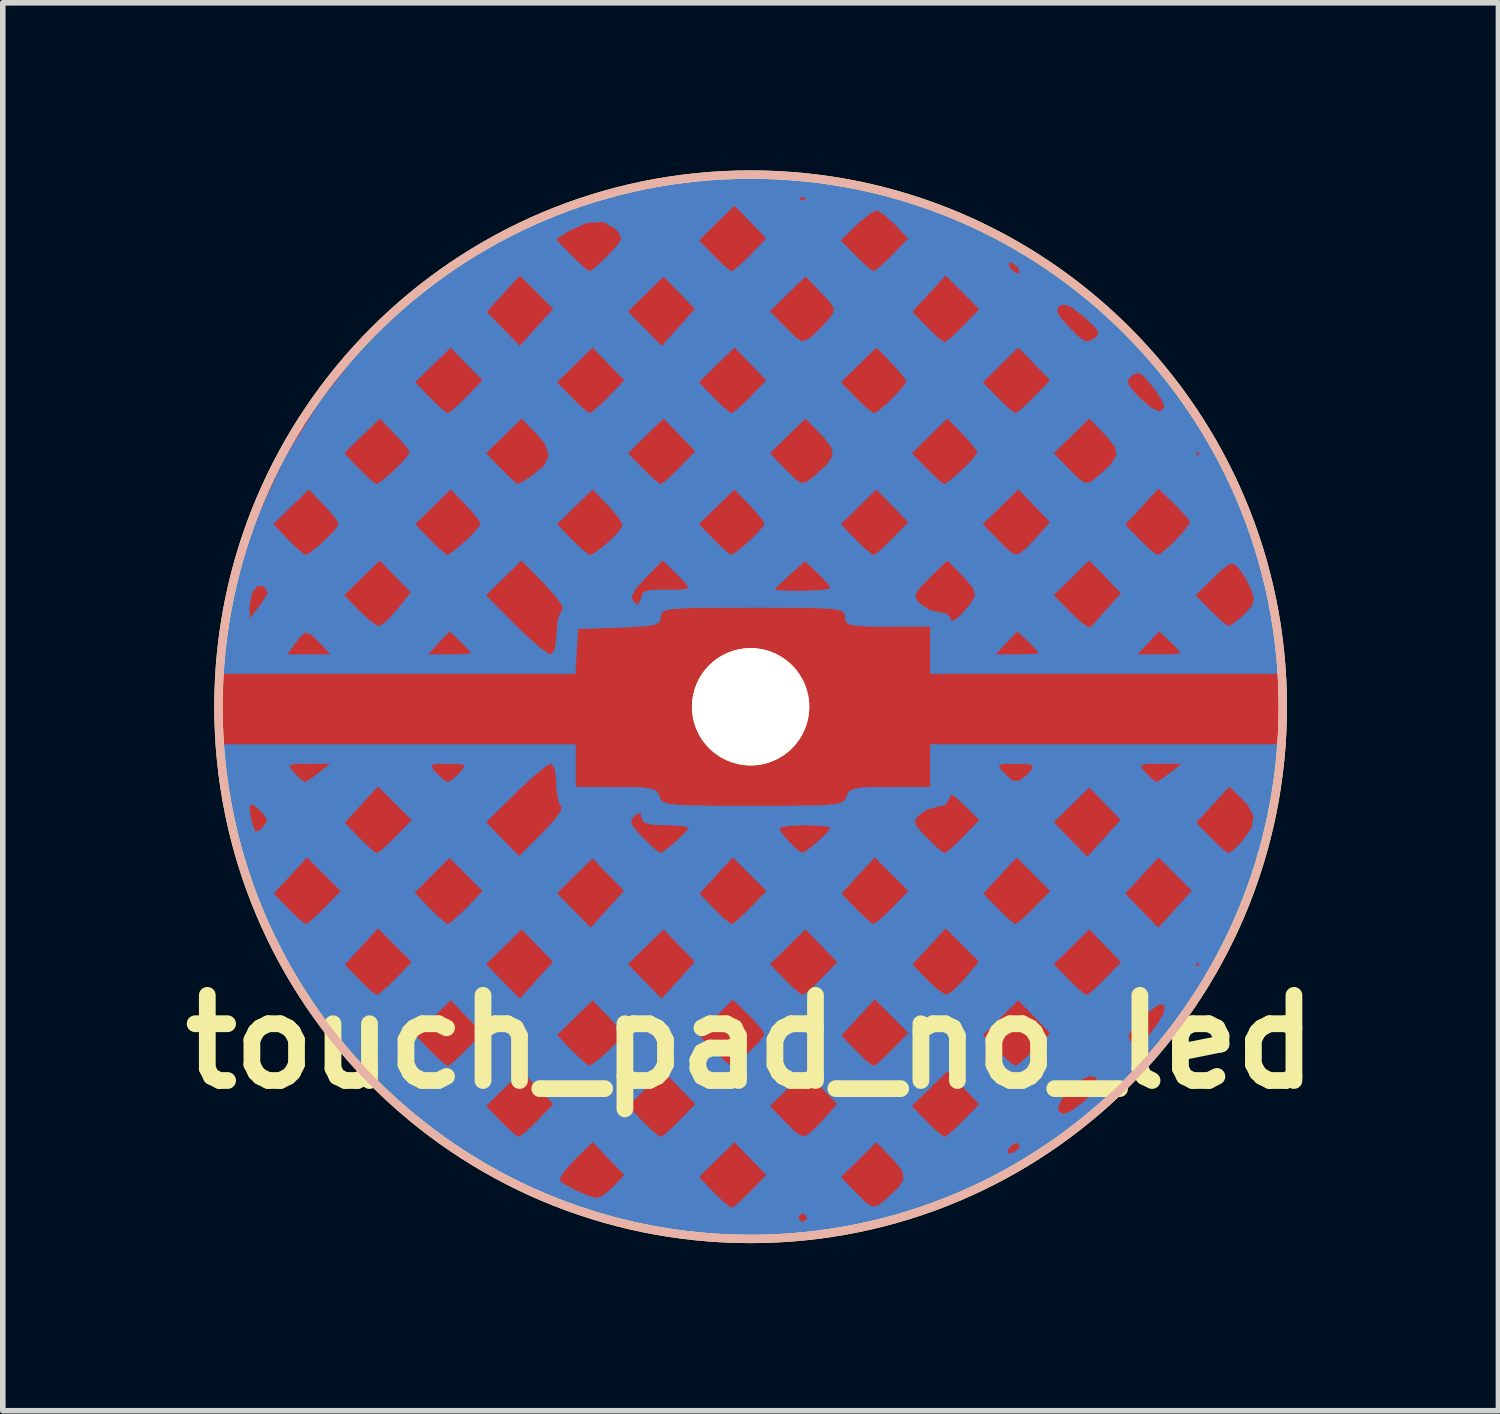
<source format=kicad_pcb>
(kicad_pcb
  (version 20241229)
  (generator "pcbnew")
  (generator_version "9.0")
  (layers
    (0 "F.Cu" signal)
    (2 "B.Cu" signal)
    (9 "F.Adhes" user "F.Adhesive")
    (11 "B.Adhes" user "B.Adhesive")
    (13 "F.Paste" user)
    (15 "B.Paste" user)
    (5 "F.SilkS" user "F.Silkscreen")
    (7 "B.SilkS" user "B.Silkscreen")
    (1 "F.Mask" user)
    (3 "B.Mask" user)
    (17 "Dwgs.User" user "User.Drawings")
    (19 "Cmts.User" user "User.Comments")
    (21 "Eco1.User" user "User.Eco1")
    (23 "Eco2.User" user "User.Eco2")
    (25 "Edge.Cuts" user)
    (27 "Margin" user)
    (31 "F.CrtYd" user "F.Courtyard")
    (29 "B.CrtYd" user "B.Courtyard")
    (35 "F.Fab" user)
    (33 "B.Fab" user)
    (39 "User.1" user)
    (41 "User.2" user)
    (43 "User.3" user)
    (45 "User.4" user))
  (footprint "touch_pad_no_led"
    (layer "F.Cu")
    (at 10.385 9.6)
    (property "Reference" "touch_pad_no_led" (at 0 6 0) (layer "F.SilkS") (effects (font (size 1.524 1.524) (thickness 0.3))))
    (attr through_hole)
    (fp_poly (pts (xy 9.513 1.079) (xy 9.274 2.333) (xy 8.89 3.515) (xy 8.372 4.616) (xy 7.729 5.628) (xy 6.974 6.544) (xy 6.115 7.354) (xy 5.165 8.051) (xy 4.134 8.625) (xy 3.032 9.07) (xy 1.87 9.376) (xy 0.66 9.535) (xy -0.59 9.539) (xy -1.274 9.474) (xy -2.435 9.24) (xy -2.714 9.144) (xy 0.847 9.144) (xy 0.911 9.226) (xy 0.931 9.229) (xy 1.014 9.164) (xy 1.016 9.144) (xy 0.952 9.062) (xy 0.931 9.059) (xy 0.849 9.124) (xy 0.847 9.144) (xy -2.714 9.144) (xy -3.561 8.851) (xy -4.304 8.483) (xy -3.419 8.483) (xy -3.313 8.564) (xy -3.118 8.666) (xy -2.906 8.756) (xy -2.746 8.798) (xy -2.745 8.798) (xy -2.631 8.747) (xy -2.472 8.611) (xy -2.454 8.593) (xy -2.289 8.416) (xy -0.931 8.416) (xy -0.661 8.695) (xy -0.489 8.862) (xy -0.366 8.962) (xy -0.339 8.975) (xy -0.255 8.919) (xy -0.099 8.777) (xy 0 8.678) (xy 0.254 8.416) (xy 1.609 8.416) (xy 1.879 8.695) (xy 2.063 8.879) (xy 2.18 8.953) (xy 2.28 8.931) (xy 2.416 8.825) (xy 2.417 8.825) (xy 2.647 8.612) (xy 2.745 8.452) (xy 2.717 8.301) (xy 2.569 8.116) (xy 2.536 8.082) (xy 2.402 7.943) (xy 4.591 7.943) (xy 4.618 8.007) (xy 4.692 7.992) (xy 4.808 7.905) (xy 4.826 7.858) (xy 4.776 7.802) (xy 4.675 7.837) (xy 4.594 7.936) (xy 4.591 7.943) (xy 2.402 7.943) (xy 2.252 7.788) (xy 1.609 8.416) (xy 0.254 8.416) (xy 0.287 8.382) (xy -0.288 7.788) (xy -0.931 8.416) (xy -2.289 8.416) (xy -2.255 8.38) (xy -2.541 8.084) (xy -2.828 7.788) (xy -3.146 8.099) (xy -3.317 8.286) (xy -3.412 8.431) (xy -3.419 8.483) (xy -4.304 8.483) (xy -4.634 8.319) (xy -5.638 7.657) (xy -6.24 7.146) (xy -4.741 7.146) (xy -4.471 7.425) (xy -4.299 7.592) (xy -4.176 7.692) (xy -4.149 7.705) (xy -4.065 7.649) (xy -3.909 7.507) (xy -3.81 7.408) (xy -3.556 7.146) (xy -2.201 7.146) (xy -1.931 7.425) (xy -1.759 7.592) (xy -1.636 7.692) (xy -1.609 7.705) (xy -1.525 7.649) (xy -1.369 7.507) (xy -1.27 7.408) (xy -1.016 7.146) (xy 0.339 7.146) (xy 0.609 7.425) (xy 0.794 7.608) (xy 0.907 7.687) (xy 0.993 7.681) (xy 1.058 7.639) (xy 1.168 7.537) (xy 1.326 7.369) (xy 1.349 7.343) (xy 1.523 7.146) (xy 2.879 7.146) (xy 3.149 7.425) (xy 3.321 7.592) (xy 3.444 7.692) (xy 3.471 7.705) (xy 3.555 7.649) (xy 3.711 7.507) (xy 3.81 7.408) (xy 4.034 7.178) (xy 5.497 7.178) (xy 5.514 7.251) (xy 5.598 7.296) (xy 5.729 7.246) (xy 5.935 7.095) (xy 6.125 6.933) (xy 6.244 6.812) (xy 6.265 6.776) (xy 6.213 6.677) (xy 6.163 6.621) (xy 6.047 6.608) (xy 5.881 6.697) (xy 5.706 6.849) (xy 5.564 7.022) (xy 5.497 7.178) (xy 4.034 7.178) (xy 4.097 7.112) (xy 3.522 6.518) (xy 2.879 7.146) (xy 1.523 7.146) (xy 1.555 7.11) (xy 1.269 6.814) (xy 0.982 6.518) (xy 0.339 7.146) (xy -1.016 7.146) (xy -0.983 7.112) (xy -1.558 6.518) (xy -2.201 7.146) (xy -3.556 7.146) (xy -3.523 7.112) (xy -4.098 6.518) (xy -4.741 7.146) (xy -6.24 7.146) (xy -6.556 6.878) (xy -7.372 5.994) (xy -7.456 5.876) (xy -6.011 5.876) (xy -5.741 6.155) (xy -5.569 6.322) (xy -5.446 6.422) (xy -5.419 6.435) (xy -5.335 6.379) (xy -5.179 6.237) (xy -5.08 6.138) (xy -4.826 5.876) (xy -3.471 5.876) (xy -3.201 6.155) (xy -3.03 6.321) (xy -2.91 6.42) (xy -2.883 6.432) (xy -2.798 6.379) (xy -2.637 6.247) (xy -2.561 6.179) (xy -2.394 6.014) (xy -2.296 5.894) (xy -2.286 5.868) (xy -2.29 5.862) (xy -0.945 5.862) (xy -0.668 6.148) (xy -0.495 6.317) (xy -0.372 6.418) (xy -0.343 6.432) (xy -0.258 6.379) (xy -0.097 6.247) (xy -0.021 6.179) (xy 0.147 6.012) (xy 0.244 5.887) (xy 0.245 5.884) (xy 1.619 5.884) (xy 1.885 6.16) (xy 2.054 6.325) (xy 2.175 6.423) (xy 2.201 6.435) (xy 2.285 6.379) (xy 2.441 6.237) (xy 2.542 6.137) (xy 2.794 5.876) (xy 4.149 5.876) (xy 4.419 6.155) (xy 4.591 6.322) (xy 4.714 6.422) (xy 4.741 6.435) (xy 4.825 6.379) (xy 4.981 6.237) (xy 5.08 6.138) (xy 5.317 5.893) (xy 6.758 5.893) (xy 6.786 5.984) (xy 6.896 6.083) (xy 6.994 6.05) (xy 7.084 5.948) (xy 7.298 5.662) (xy 7.405 5.471) (xy 7.416 5.35) (xy 7.406 5.33) (xy 7.312 5.323) (xy 7.13 5.451) (xy 7.02 5.553) (xy 6.829 5.758) (xy 6.758 5.893) (xy 5.317 5.893) (xy 5.367 5.842) (xy 4.792 5.248) (xy 4.149 5.876) (xy 2.794 5.876) (xy 2.83 5.839) (xy 2.221 5.23) (xy 1.92 5.557) (xy 1.619 5.884) (xy 0.245 5.884) (xy 0.254 5.86) (xy 0.198 5.765) (xy 0.056 5.602) (xy -0.032 5.513) (xy -0.319 5.235) (xy -0.632 5.548) (xy -0.945 5.862) (xy -2.29 5.862) (xy -2.34 5.776) (xy -2.477 5.614) (xy -2.557 5.528) (xy -2.828 5.248) (xy -3.471 5.876) (xy -4.826 5.876) (xy -4.793 5.842) (xy -5.368 5.248) (xy -6.011 5.876) (xy -7.456 5.876) (xy -8.068 5.019) (xy -8.284 4.614) (xy -7.271 4.614) (xy -7.005 4.889) (xy -6.836 5.055) (xy -6.715 5.153) (xy -6.689 5.165) (xy -6.605 5.109) (xy -6.449 4.967) (xy -6.348 4.867) (xy -6.096 4.607) (xy -4.742 4.607) (xy -4.437 4.919) (xy -4.132 5.231) (xy -3.831 4.898) (xy -3.568 4.607) (xy -2.202 4.607) (xy -1.897 4.919) (xy -1.592 5.231) (xy -1.291 4.898) (xy -1.027 4.606) (xy 0.339 4.606) (xy 0.609 4.885) (xy 0.781 5.052) (xy 0.904 5.152) (xy 0.931 5.165) (xy 1.015 5.109) (xy 1.171 4.967) (xy 1.27 4.868) (xy 1.516 4.614) (xy 2.889 4.614) (xy 3.155 4.889) (xy 3.333 5.054) (xy 3.474 5.149) (xy 3.509 5.159) (xy 3.613 5.095) (xy 3.771 4.94) (xy 3.845 4.856) (xy 4.053 4.606) (xy 5.419 4.606) (xy 5.689 4.885) (xy 5.861 5.052) (xy 5.984 5.152) (xy 6.011 5.165) (xy 6.095 5.109) (xy 6.251 4.967) (xy 6.35 4.868) (xy 6.596 4.614) (xy 7.959 4.614) (xy 8.001 4.657) (xy 8.043 4.614) (xy 8.001 4.572) (xy 7.959 4.614) (xy 6.596 4.614) (xy 6.637 4.572) (xy 6.062 3.978) (xy 5.419 4.606) (xy 4.053 4.606) (xy 4.091 4.56) (xy 3.491 3.96) (xy 3.19 4.287) (xy 2.889 4.614) (xy 1.516 4.614) (xy 1.557 4.572) (xy 0.982 3.978) (xy 0.339 4.606) (xy -1.027 4.606) (xy -0.99 4.565) (xy -1.558 3.978) (xy -1.88 4.293) (xy -2.202 4.607) (xy -3.568 4.607) (xy -3.53 4.565) (xy -4.098 3.978) (xy -4.42 4.293) (xy -4.742 4.607) (xy -6.096 4.607) (xy -6.06 4.569) (xy -6.669 3.96) (xy -6.97 4.287) (xy -7.271 4.614) (xy -8.284 4.614) (xy -8.63 3.965) (xy -8.72 3.756) (xy -8.873 3.344) (xy -8.541 3.344) (xy -8.275 3.619) (xy -8.106 3.785) (xy -7.985 3.883) (xy -7.959 3.895) (xy -7.875 3.839) (xy -7.719 3.697) (xy -7.618 3.597) (xy -7.357 3.327) (xy -6.02 3.327) (xy -5.745 3.611) (xy -5.572 3.779) (xy -5.448 3.881) (xy -5.419 3.895) (xy -5.335 3.839) (xy -5.179 3.697) (xy -5.078 3.597) (xy -4.826 3.337) (xy -3.472 3.337) (xy -3.167 3.649) (xy -2.862 3.961) (xy -2.561 3.628) (xy -2.305 3.344) (xy -0.921 3.344) (xy -0.655 3.619) (xy -0.486 3.785) (xy -0.365 3.883) (xy -0.339 3.895) (xy -0.255 3.839) (xy -0.099 3.697) (xy 0.002 3.597) (xy 0.246 3.344) (xy 1.619 3.344) (xy 1.885 3.619) (xy 2.054 3.785) (xy 2.175 3.883) (xy 2.201 3.895) (xy 2.285 3.839) (xy 2.441 3.697) (xy 2.542 3.597) (xy 2.786 3.344) (xy 4.159 3.344) (xy 4.425 3.619) (xy 4.594 3.785) (xy 4.715 3.883) (xy 4.741 3.895) (xy 4.825 3.839) (xy 4.981 3.697) (xy 5.082 3.597) (xy 5.326 3.344) (xy 6.699 3.344) (xy 6.998 3.653) (xy 7.298 3.961) (xy 7.601 3.626) (xy 7.903 3.292) (xy 7.301 2.69) (xy 6.699 3.344) (xy 5.326 3.344) (xy 5.37 3.299) (xy 4.761 2.69) (xy 4.46 3.017) (xy 4.159 3.344) (xy 2.786 3.344) (xy 2.83 3.299) (xy 2.221 2.69) (xy 1.92 3.017) (xy 1.619 3.344) (xy 0.246 3.344) (xy 0.29 3.299) (xy -0.319 2.69) (xy -0.62 3.017) (xy -0.921 3.344) (xy -2.305 3.344) (xy -2.26 3.295) (xy -2.828 2.708) (xy -3.15 3.023) (xy -3.472 3.337) (xy -4.826 3.337) (xy -4.79 3.299) (xy -5.09 2.998) (xy -5.39 2.698) (xy -5.705 3.013) (xy -6.02 3.327) (xy -7.357 3.327) (xy -7.33 3.299) (xy -7.939 2.69) (xy -8.24 3.017) (xy -8.541 3.344) (xy -8.873 3.344) (xy -8.903 3.264) (xy -9.082 2.694) (xy -9.24 2.106) (xy -9.313 1.775) (xy -8.974 1.775) (xy -8.955 1.956) (xy -8.92 2.102) (xy -8.868 2.237) (xy -8.795 2.223) (xy -8.733 2.165) (xy -8.664 2.074) (xy -7.271 2.074) (xy -7.005 2.349) (xy -6.836 2.515) (xy -6.715 2.613) (xy -6.689 2.625) (xy -6.605 2.569) (xy -6.449 2.427) (xy -6.348 2.327) (xy -6.098 2.068) (xy -4.74 2.068) (xy -4.442 2.374) (xy -4.143 2.68) (xy -3.716 2.252) (xy -3.52 2.041) (xy -3.513 2.031) (xy -2.144 2.031) (xy -2.12 2.128) (xy -1.99 2.284) (xy -1.934 2.342) (xy -1.763 2.509) (xy -1.641 2.609) (xy -1.613 2.622) (xy -1.525 2.57) (xy -1.367 2.444) (xy -1.333 2.414) (xy -1.181 2.269) (xy -1.105 2.175) (xy 0.508 2.175) (xy 0.561 2.272) (xy 0.684 2.419) (xy 0.822 2.555) (xy 0.919 2.621) (xy 0.925 2.622) (xy 1.015 2.57) (xy 1.173 2.444) (xy 1.206 2.414) (xy 1.359 2.269) (xy 1.437 2.172) (xy 1.439 2.163) (xy 1.363 2.138) (xy 1.165 2.121) (xy 0.974 2.117) (xy 0.719 2.126) (xy 0.549 2.151) (xy 0.508 2.175) (xy -1.105 2.175) (xy -1.103 2.172) (xy -1.101 2.163) (xy -1.177 2.137) (xy -1.372 2.12) (xy -1.524 2.117) (xy -1.785 2.105) (xy -1.799 2.1) (xy 2.941 2.1) (xy 3.037 2.227) (xy 3.147 2.343) (xy 3.32 2.511) (xy 3.443 2.611) (xy 3.471 2.625) (xy 3.555 2.569) (xy 3.711 2.427) (xy 3.811 2.327) (xy 4.064 2.067) (xy 5.418 2.067) (xy 5.723 2.379) (xy 6.028 2.691) (xy 6.329 2.358) (xy 6.585 2.074) (xy 7.969 2.074) (xy 8.235 2.349) (xy 8.405 2.515) (xy 8.527 2.613) (xy 8.553 2.625) (xy 8.642 2.569) (xy 8.781 2.434) (xy 8.97 2.176) (xy 9.008 1.957) (xy 8.895 1.745) (xy 8.814 1.659) (xy 8.568 1.424) (xy 8.269 1.749) (xy 7.969 2.074) (xy 6.585 2.074) (xy 6.63 2.025) (xy 6.062 1.438) (xy 5.74 1.753) (xy 5.418 2.067) (xy 4.064 2.067) (xy 4.1 2.029) (xy 3.828 1.757) (xy 3.659 1.602) (xy 3.576 1.569) (xy 3.556 1.631) (xy 3.487 1.754) (xy 3.372 1.778) (xy 3.165 1.834) (xy 3.031 1.92) (xy 2.943 2.014) (xy 2.941 2.1) (xy -1.799 2.1) (xy -1.914 2.061) (xy -1.947 1.979) (xy -1.968 1.889) (xy -2.058 1.934) (xy -2.078 1.95) (xy -2.144 2.031) (xy -3.513 2.031) (xy -3.399 1.879) (xy -3.375 1.797) (xy -3.38 1.794) (xy -3.435 1.699) (xy -3.468 1.494) (xy -3.471 1.39) (xy -3.493 1.133) (xy -3.556 1.02) (xy -3.575 1.016) (xy -3.678 1.072) (xy -3.866 1.223) (xy -4.104 1.439) (xy -4.209 1.542) (xy -4.74 2.068) (xy -6.098 2.068) (xy -6.06 2.029) (xy -6.669 1.42) (xy -6.97 1.747) (xy -7.271 2.074) (xy -8.664 2.074) (xy -8.652 2.059) (xy -8.681 1.96) (xy -8.787 1.844) (xy -8.919 1.74) (xy -8.974 1.775) (xy -9.313 1.775) (xy -9.361 1.557) (xy -9.428 1.122) (xy -9.437 1.043) (xy -8.256 1.043) (xy -8.241 1.104) (xy -8.17 1.185) (xy -8.045 1.31) (xy -7.98 1.355) (xy -7.895 1.308) (xy -7.739 1.194) (xy -7.728 1.185) (xy -7.552 1.047) (xy -5.723 1.047) (xy -5.689 1.119) (xy -5.63 1.185) (xy -5.497 1.311) (xy -5.419 1.355) (xy -5.324 1.298) (xy -5.207 1.185) (xy -5.121 1.08) (xy -5.135 1.031) (xy -5.276 1.017) (xy -5.419 1.016) (xy -5.642 1.02) (xy -5.723 1.047) (xy -7.552 1.047) (xy -7.512 1.016) (xy -7.918 1.016) (xy -8.158 1.02) (xy -8.256 1.043) (xy -9.437 1.043) (xy -9.475 0.677) (xy -3.133 0.677) (xy -3.133 1.439) (xy -2.405 1.439) (xy -2.05 1.443) (xy -1.829 1.459) (xy -1.707 1.496) (xy -1.65 1.56) (xy -1.633 1.609) (xy -1.61 1.667) (xy -1.561 1.71) (xy -1.462 1.741) (xy -1.291 1.76) (xy -1.026 1.771) (xy -0.643 1.777) (xy -0.119 1.778) (xy 0.042 1.778) (xy 0.606 1.777) (xy 1.024 1.773) (xy 1.317 1.764) (xy 1.51 1.747) (xy 1.626 1.719) (xy 1.685 1.68) (xy 1.713 1.625) (xy 1.718 1.609) (xy 1.755 1.526) (xy 1.838 1.476) (xy 2.001 1.45) (xy 2.28 1.44) (xy 2.49 1.439) (xy 3.217 1.439) (xy 3.217 1.049) (xy 4.435 1.049) (xy 4.476 1.125) (xy 4.53 1.185) (xy 4.687 1.327) (xy 4.813 1.33) (xy 4.947 1.222) (xy 5.053 1.101) (xy 5.046 1.043) (xy 6.984 1.043) (xy 6.999 1.104) (xy 7.07 1.185) (xy 7.195 1.31) (xy 7.26 1.355) (xy 7.345 1.308) (xy 7.501 1.194) (xy 7.512 1.185) (xy 7.728 1.016) (xy 7.322 1.016) (xy 7.082 1.02) (xy 6.984 1.043) (xy 5.046 1.043) (xy 5.045 1.04) (xy 4.903 1.018) (xy 4.728 1.016) (xy 4.51 1.02) (xy 4.435 1.049) (xy 3.217 1.049) (xy 3.217 0.677) (xy 6.391 0.677) (xy 9.564 0.677) (xy 9.513 1.079)) (stroke (width 0.01) (type solid)) (fill yes) (layer "B.Cu"))
    (fp_poly (pts (xy 1.092 -9.415) (xy 1.882 -9.308) (xy 2.391 -9.198) (xy 3.586 -8.804) (xy 4.7 -8.268) (xy 5.724 -7.599) (xy 6.649 -6.81) (xy 7.465 -5.91) (xy 8.163 -4.911) (xy 8.734 -3.824) (xy 9.166 -2.66) (xy 9.453 -1.429) (xy 9.515 -0.995) (xy 9.564 -0.593) (xy 3.217 -0.593) (xy 3.217 -0.931) (xy 4.373 -0.931) (xy 4.769 -0.931) (xy 6.913 -0.931) (xy 7.309 -0.931) (xy 7.541 -0.937) (xy 7.684 -0.95) (xy 7.705 -0.959) (xy 7.65 -1.029) (xy 7.517 -1.163) (xy 7.508 -1.171) (xy 7.312 -1.356) (xy 7.112 -1.143) (xy 6.913 -0.931) (xy 4.769 -0.931) (xy 5.001 -0.937) (xy 5.144 -0.95) (xy 5.165 -0.959) (xy 5.11 -1.029) (xy 4.977 -1.163) (xy 4.968 -1.171) (xy 4.772 -1.356) (xy 4.572 -1.143) (xy 4.373 -0.931) (xy 3.217 -0.931) (xy 3.217 -1.439) (xy 2.455 -1.439) (xy 2.093 -1.442) (xy 1.868 -1.455) (xy 1.748 -1.486) (xy 1.701 -1.542) (xy 1.693 -1.609) (xy 1.687 -1.667) (xy 1.651 -1.71) (xy 1.566 -1.74) (xy 1.408 -1.76) (xy 1.155 -1.771) (xy 0.786 -1.776) (xy 0.278 -1.778) (xy 0.042 -1.778) (xy -0.525 -1.777) (xy -0.945 -1.774) (xy -1.239 -1.765) (xy -1.431 -1.748) (xy -1.542 -1.722) (xy -1.593 -1.684) (xy -1.608 -1.633) (xy -1.609 -1.612) (xy -1.624 -1.531) (xy -1.691 -1.48) (xy -1.843 -1.449) (xy -2.111 -1.43) (xy -2.349 -1.421) (xy -3.09 -1.397) (xy -3.116 -0.995) (xy -3.142 -0.593) (xy -9.475 -0.593) (xy -9.439 -0.931) (xy -8.305 -0.931) (xy -7.506 -0.931) (xy -5.787 -0.931) (xy -5.391 -0.931) (xy -5.159 -0.937) (xy -5.016 -0.95) (xy -4.995 -0.959) (xy -5.05 -1.029) (xy -5.183 -1.163) (xy -5.192 -1.171) (xy -5.388 -1.356) (xy -5.588 -1.143) (xy -5.787 -0.931) (xy -7.506 -0.931) (xy -7.705 -1.143) (xy -7.867 -1.301) (xy -7.974 -1.332) (xy -8.082 -1.235) (xy -8.153 -1.14) (xy -8.305 -0.931) (xy -9.439 -0.931) (xy -9.427 -1.037) (xy -9.295 -1.778) (xy -8.971 -1.778) (xy -8.971 -1.566) (xy -8.805 -1.778) (xy -8.689 -1.943) (xy -8.662 -1.998) (xy -7.281 -1.998) (xy -7.011 -1.719) (xy -6.83 -1.551) (xy -6.688 -1.451) (xy -6.651 -1.439) (xy -6.549 -1.5) (xy -6.394 -1.655) (xy -6.319 -1.743) (xy -6.118 -1.996) (xy -4.743 -1.996) (xy -4.215 -1.464) (xy -3.967 -1.225) (xy -3.755 -1.042) (xy -3.611 -0.942) (xy -3.58 -0.931) (xy -3.503 -1.012) (xy -3.472 -1.253) (xy -3.471 -1.305) (xy -3.448 -1.559) (xy -3.387 -1.704) (xy -3.365 -1.718) (xy -3.361 -1.795) (xy -3.476 -1.965) (xy -3.485 -1.974) (xy -2.135 -1.974) (xy -2.105 -1.884) (xy -2.096 -1.875) (xy -2.008 -1.821) (xy -1.966 -1.918) (xy -1.963 -1.936) (xy -1.934 -2.01) (xy 2.945 -2.01) (xy 2.961 -1.921) (xy 3.02 -1.847) (xy 3.21 -1.724) (xy 3.357 -1.693) (xy 3.51 -1.663) (xy 3.556 -1.609) (xy 3.598 -1.528) (xy 3.712 -1.59) (xy 3.753 -1.63) (xy 3.945 -1.846) (xy 4.022 -1.992) (xy 4.021 -1.997) (xy 5.418 -1.997) (xy 5.732 -1.676) (xy 5.914 -1.509) (xy 6.048 -1.42) (xy 6.093 -1.418) (xy 6.175 -1.516) (xy 6.324 -1.686) (xy 6.388 -1.757) (xy 6.605 -1.998) (xy 7.959 -1.998) (xy 8.229 -1.719) (xy 8.402 -1.552) (xy 8.527 -1.452) (xy 8.556 -1.439) (xy 8.649 -1.492) (xy 8.806 -1.62) (xy 8.835 -1.647) (xy 8.98 -1.806) (xy 9.011 -1.944) (xy 8.968 -2.091) (xy 8.854 -2.321) (xy 8.742 -2.479) (xy 8.655 -2.558) (xy 8.569 -2.558) (xy 8.441 -2.465) (xy 8.282 -2.313) (xy 7.959 -1.998) (xy 6.605 -1.998) (xy 6.636 -2.033) (xy 6.349 -2.329) (xy 6.062 -2.626) (xy 5.74 -2.311) (xy 5.418 -1.997) (xy 4.021 -1.997) (xy 3.989 -2.123) (xy 3.848 -2.289) (xy 3.806 -2.332) (xy 3.522 -2.626) (xy 3.202 -2.313) (xy 3.019 -2.127) (xy 2.945 -2.01) (xy -1.934 -2.01) (xy -1.924 -2.038) (xy -1.816 -2.085) (xy -1.597 -2.092) (xy -1.519 -2.09) (xy -1.279 -2.09) (xy -1.244 -2.093) (xy 0.423 -2.093) (xy 0.5 -2.08) (xy 0.7 -2.072) (xy 0.931 -2.071) (xy 1.199 -2.08) (xy 1.383 -2.1) (xy 1.439 -2.122) (xy 1.384 -2.206) (xy 1.247 -2.353) (xy 1.206 -2.391) (xy 0.974 -2.613) (xy 0.699 -2.366) (xy 0.532 -2.211) (xy 0.434 -2.11) (xy 0.423 -2.093) (xy -1.244 -2.093) (xy -1.128 -2.106) (xy -1.101 -2.122) (xy -1.156 -2.206) (xy -1.293 -2.353) (xy -1.338 -2.397) (xy -1.575 -2.624) (xy -1.888 -2.303) (xy -2.069 -2.102) (xy -2.135 -1.974) (xy -3.485 -1.974) (xy -3.68 -2.191) (xy -4.1 -2.624) (xy -4.421 -2.31) (xy -4.743 -1.996) (xy -6.118 -1.996) (xy -6.077 -2.047) (xy -6.638 -2.626) (xy -7.281 -1.998) (xy -8.662 -1.998) (xy -8.638 -2.047) (xy -8.638 -2.048) (xy -8.697 -2.14) (xy -8.73 -2.165) (xy -8.844 -2.16) (xy -8.933 -2.025) (xy -8.971 -1.799) (xy -8.971 -1.778) (xy -9.295 -1.778) (xy -9.221 -2.19) (xy -8.878 -3.268) (xy -8.551 -3.268) (xy -8.281 -2.989) (xy -8.11 -2.822) (xy -7.988 -2.722) (xy -7.961 -2.709) (xy -7.874 -2.761) (xy -7.713 -2.892) (xy -7.639 -2.959) (xy -7.472 -3.124) (xy -7.376 -3.246) (xy -7.368 -3.268) (xy -6.011 -3.268) (xy -5.741 -2.989) (xy -5.57 -2.823) (xy -5.45 -2.724) (xy -5.423 -2.712) (xy -5.338 -2.765) (xy -5.177 -2.897) (xy -5.101 -2.965) (xy -4.934 -3.13) (xy -4.836 -3.25) (xy -4.829 -3.268) (xy -3.471 -3.268) (xy -3.201 -2.989) (xy -3.027 -2.822) (xy -2.901 -2.722) (xy -2.871 -2.709) (xy -2.775 -2.76) (xy -2.609 -2.888) (xy -2.549 -2.94) (xy -2.384 -3.103) (xy -2.293 -3.229) (xy -2.286 -3.253) (xy -2.293 -3.268) (xy -0.931 -3.268) (xy -0.661 -2.989) (xy -0.49 -2.823) (xy -0.37 -2.724) (xy -0.343 -2.712) (xy -0.258 -2.765) (xy -0.097 -2.897) (xy -0.021 -2.965) (xy 0.146 -3.13) (xy 0.244 -3.25) (xy 0.251 -3.268) (xy 1.609 -3.268) (xy 1.879 -2.989) (xy 2.051 -2.822) (xy 2.174 -2.722) (xy 2.201 -2.709) (xy 2.285 -2.765) (xy 2.441 -2.907) (xy 2.54 -3.006) (xy 2.794 -3.268) (xy 4.149 -3.268) (xy 4.419 -2.989) (xy 4.604 -2.806) (xy 4.717 -2.727) (xy 4.803 -2.733) (xy 4.868 -2.775) (xy 4.978 -2.877) (xy 5.136 -3.045) (xy 5.159 -3.071) (xy 5.326 -3.26) (xy 6.699 -3.26) (xy 6.965 -2.985) (xy 7.136 -2.819) (xy 7.26 -2.721) (xy 7.288 -2.709) (xy 7.377 -2.765) (xy 7.534 -2.904) (xy 7.61 -2.979) (xy 7.77 -3.153) (xy 7.863 -3.276) (xy 7.874 -3.301) (xy 7.818 -3.386) (xy 7.677 -3.541) (xy 7.586 -3.632) (xy 7.299 -3.911) (xy 6.999 -3.585) (xy 6.699 -3.26) (xy 5.326 -3.26) (xy 5.365 -3.304) (xy 5.079 -3.6) (xy 4.792 -3.896) (xy 4.149 -3.268) (xy 2.794 -3.268) (xy 2.827 -3.302) (xy 2.252 -3.896) (xy 1.609 -3.268) (xy 0.251 -3.268) (xy 0.254 -3.276) (xy 0.2 -3.368) (xy 0.063 -3.53) (xy -0.017 -3.616) (xy -0.288 -3.896) (xy -0.931 -3.268) (xy -2.293 -3.268) (xy -2.341 -3.359) (xy -2.478 -3.531) (xy -2.557 -3.616) (xy -2.828 -3.896) (xy -3.471 -3.268) (xy -4.829 -3.268) (xy -4.826 -3.276) (xy -4.88 -3.368) (xy -5.017 -3.53) (xy -5.097 -3.616) (xy -5.368 -3.896) (xy -6.011 -3.268) (xy -7.368 -3.268) (xy -7.366 -3.272) (xy -7.42 -3.366) (xy -7.557 -3.53) (xy -7.637 -3.616) (xy -7.908 -3.896) (xy -8.551 -3.268) (xy -8.878 -3.268) (xy -8.859 -3.325) (xy -8.353 -4.419) (xy -8.28 -4.538) (xy -7.281 -4.538) (xy -7.011 -4.259) (xy -6.84 -4.092) (xy -6.72 -3.992) (xy -6.693 -3.98) (xy -6.609 -4.033) (xy -6.45 -4.166) (xy -6.371 -4.238) (xy -6.205 -4.405) (xy -6.107 -4.526) (xy -6.102 -4.538) (xy -4.741 -4.538) (xy -4.471 -4.259) (xy -4.304 -4.093) (xy -4.193 -3.993) (xy -4.171 -3.979) (xy -4.088 -4.021) (xy -3.931 -4.118) (xy -3.688 -4.317) (xy -3.606 -4.507) (xy -3.618 -4.538) (xy -2.201 -4.538) (xy -1.931 -4.259) (xy -1.759 -4.092) (xy -1.636 -3.992) (xy -1.609 -3.979) (xy -1.525 -4.035) (xy -1.369 -4.177) (xy -1.27 -4.276) (xy -1.016 -4.538) (xy 0.339 -4.538) (xy 0.609 -4.259) (xy 0.793 -4.075) (xy 0.91 -4.001) (xy 1.01 -4.023) (xy 1.146 -4.129) (xy 1.147 -4.129) (xy 1.377 -4.342) (xy 1.475 -4.502) (xy 1.468 -4.538) (xy 2.879 -4.538) (xy 3.149 -4.259) (xy 3.32 -4.092) (xy 3.44 -3.992) (xy 3.467 -3.98) (xy 3.551 -4.033) (xy 3.71 -4.166) (xy 3.789 -4.238) (xy 3.955 -4.405) (xy 4.053 -4.526) (xy 4.058 -4.538) (xy 5.419 -4.538) (xy 5.689 -4.259) (xy 5.873 -4.075) (xy 5.99 -4.001) (xy 6.09 -4.023) (xy 6.226 -4.129) (xy 6.227 -4.129) (xy 6.457 -4.342) (xy 6.555 -4.502) (xy 6.55 -4.53) (xy 7.959 -4.53) (xy 8.001 -4.487) (xy 8.043 -4.53) (xy 8.001 -4.572) (xy 7.959 -4.53) (xy 6.55 -4.53) (xy 6.527 -4.653) (xy 6.379 -4.838) (xy 6.346 -4.872) (xy 6.062 -5.166) (xy 5.419 -4.538) (xy 4.058 -4.538) (xy 4.064 -4.551) (xy 4.01 -4.64) (xy 3.874 -4.8) (xy 3.793 -4.886) (xy 3.522 -5.166) (xy 2.879 -4.538) (xy 1.468 -4.538) (xy 1.447 -4.653) (xy 1.299 -4.838) (xy 1.266 -4.872) (xy 0.982 -5.166) (xy 0.339 -4.538) (xy -1.016 -4.538) (xy -0.983 -4.572) (xy -1.558 -5.166) (xy -2.201 -4.538) (xy -3.618 -4.538) (xy -3.682 -4.714) (xy -3.819 -4.878) (xy -4.098 -5.166) (xy -4.741 -4.538) (xy -6.102 -4.538) (xy -6.096 -4.551) (xy -6.15 -4.64) (xy -6.286 -4.8) (xy -6.367 -4.886) (xy -6.638 -5.166) (xy -7.281 -4.538) (xy -8.28 -4.538) (xy -7.717 -5.452) (xy -7.435 -5.808) (xy -6.011 -5.808) (xy -5.741 -5.529) (xy -5.569 -5.362) (xy -5.446 -5.262) (xy -5.419 -5.249) (xy -5.335 -5.305) (xy -5.179 -5.447) (xy -5.08 -5.546) (xy -4.826 -5.808) (xy -3.471 -5.808) (xy -3.201 -5.529) (xy -3.029 -5.362) (xy -2.906 -5.262) (xy -2.879 -5.249) (xy -2.795 -5.305) (xy -2.639 -5.447) (xy -2.54 -5.546) (xy -2.286 -5.808) (xy -0.931 -5.808) (xy -0.661 -5.529) (xy -0.489 -5.362) (xy -0.366 -5.262) (xy -0.339 -5.249) (xy -0.255 -5.305) (xy -0.099 -5.447) (xy 0 -5.546) (xy 0.254 -5.808) (xy 1.609 -5.808) (xy 1.879 -5.529) (xy 2.053 -5.362) (xy 2.181 -5.262) (xy 2.211 -5.249) (xy 2.304 -5.304) (xy 2.463 -5.442) (xy 2.533 -5.51) (xy 2.693 -5.68) (xy 2.785 -5.8) (xy 2.788 -5.808) (xy 4.149 -5.808) (xy 4.419 -5.529) (xy 4.591 -5.362) (xy 4.714 -5.262) (xy 4.741 -5.249) (xy 4.825 -5.305) (xy 4.981 -5.447) (xy 5.08 -5.546) (xy 5.367 -5.842) (xy 5.362 -5.847) (xy 6.747 -5.847) (xy 6.763 -5.755) (xy 6.883 -5.608) (xy 6.957 -5.531) (xy 7.168 -5.348) (xy 7.324 -5.281) (xy 7.403 -5.338) (xy 7.408 -5.385) (xy 7.36 -5.496) (xy 7.239 -5.679) (xy 7.182 -5.754) (xy 7.031 -5.929) (xy 6.929 -5.984) (xy 6.831 -5.939) (xy 6.819 -5.929) (xy 6.747 -5.847) (xy 5.362 -5.847) (xy 4.792 -6.436) (xy 4.149 -5.808) (xy 2.788 -5.808) (xy 2.794 -5.823) (xy 2.74 -5.911) (xy 2.604 -6.07) (xy 2.523 -6.156) (xy 2.252 -6.436) (xy 1.609 -5.808) (xy 0.254 -5.808) (xy 0.287 -5.842) (xy -0.288 -6.436) (xy -0.931 -5.808) (xy -2.286 -5.808) (xy -2.253 -5.842) (xy -2.828 -6.436) (xy -3.471 -5.808) (xy -4.826 -5.808) (xy -4.793 -5.842) (xy -5.368 -6.436) (xy -6.011 -5.808) (xy -7.435 -5.808) (xy -6.963 -6.402) (xy -6.284 -7.07) (xy -4.731 -7.07) (xy -4.432 -6.761) (xy -4.132 -6.453) (xy -3.829 -6.788) (xy -3.568 -7.077) (xy -2.202 -7.077) (xy -1.897 -6.765) (xy -1.592 -6.453) (xy -1.291 -6.786) (xy -1.027 -7.078) (xy 0.339 -7.078) (xy 0.609 -6.799) (xy 0.793 -6.616) (xy 0.908 -6.54) (xy 1 -6.555) (xy 1.101 -6.629) (xy 1.251 -6.772) (xy 1.391 -6.925) (xy 1.483 -7.044) (xy 1.486 -7.07) (xy 2.889 -7.07) (xy 3.155 -6.795) (xy 3.324 -6.629) (xy 3.445 -6.531) (xy 3.471 -6.519) (xy 3.555 -6.575) (xy 3.711 -6.717) (xy 3.812 -6.817) (xy 4.081 -7.095) (xy 5.477 -7.095) (xy 5.532 -6.976) (xy 5.686 -6.802) (xy 5.87 -6.619) (xy 5.985 -6.54) (xy 6.078 -6.546) (xy 6.181 -6.607) (xy 6.235 -6.676) (xy 6.192 -6.772) (xy 6.034 -6.927) (xy 5.971 -6.982) (xy 5.751 -7.152) (xy 5.608 -7.208) (xy 5.523 -7.178) (xy 5.477 -7.095) (xy 4.081 -7.095) (xy 4.1 -7.115) (xy 3.491 -7.724) (xy 3.19 -7.397) (xy 2.889 -7.07) (xy 1.486 -7.07) (xy 1.495 -7.138) (xy 1.412 -7.258) (xy 1.268 -7.411) (xy 0.982 -7.706) (xy 0.339 -7.078) (xy -1.027 -7.078) (xy -0.99 -7.119) (xy -1.558 -7.706) (xy -1.88 -7.391) (xy -2.202 -7.077) (xy -3.568 -7.077) (xy -3.527 -7.122) (xy -4.129 -7.724) (xy -4.731 -7.07) (xy -6.284 -7.07) (xy -6.104 -7.247) (xy -5.317 -7.857) (xy -4.483 -8.353) (xy -4.455 -8.366) (xy -3.489 -8.366) (xy -3.21 -8.078) (xy -3.035 -7.908) (xy -2.91 -7.804) (xy -2.879 -7.789) (xy -2.795 -7.845) (xy -2.639 -7.987) (xy -2.542 -8.084) (xy -2.374 -8.264) (xy -2.326 -8.348) (xy -0.931 -8.348) (xy -0.661 -8.069) (xy -0.489 -7.902) (xy -0.366 -7.802) (xy -0.339 -7.789) (xy -0.255 -7.845) (xy -0.099 -7.987) (xy 0 -8.086) (xy 0.255 -8.348) (xy 1.608 -8.348) (xy 1.879 -8.069) (xy 2.051 -7.902) (xy 2.174 -7.802) (xy 2.201 -7.789) (xy 2.285 -7.845) (xy 2.357 -7.91) (xy 4.607 -7.91) (xy 4.658 -7.83) (xy 4.769 -7.743) (xy 4.822 -7.77) (xy 4.787 -7.868) (xy 4.672 -7.954) (xy 4.641 -7.959) (xy 4.607 -7.91) (xy 2.357 -7.91) (xy 2.441 -7.987) (xy 2.54 -8.085) (xy 2.826 -8.381) (xy 2.583 -8.636) (xy 2.411 -8.795) (xy 2.279 -8.883) (xy 2.253 -8.89) (xy 2.145 -8.835) (xy 1.972 -8.698) (xy 1.888 -8.619) (xy 1.608 -8.348) (xy 0.255 -8.348) (xy 0.287 -8.382) (xy -0.288 -8.976) (xy -0.931 -8.348) (xy -2.326 -8.348) (xy -2.312 -8.374) (xy -2.341 -8.465) (xy -2.417 -8.556) (xy -2.637 -8.681) (xy -2.926 -8.667) (xy -3.261 -8.516) (xy -3.285 -8.5) (xy -3.489 -8.366) (xy -4.455 -8.366) (xy -3.538 -8.783) (xy -2.563 -9.116) (xy 0.875 -9.116) (xy 0.887 -9.065) (xy 0.931 -9.059) (xy 1.001 -9.09) (xy 0.988 -9.116) (xy 0.887 -9.126) (xy 0.875 -9.116) (xy -2.563 -9.116) (xy -2.533 -9.126) (xy -1.52 -9.363) (xy -1.27 -9.403) (xy -0.551 -9.467) (xy 0.259 -9.47) (xy 1.092 -9.415)) (stroke (width 0.01) (type solid)) (fill yes) (layer "B.Cu"))
    (fp_circle (center 0 0) (end 9.525 0) (stroke (width 0.15) (type solid)) (fill no) (layer "F.SilkS"))
    (fp_circle (center 0 0) (end 9.525 0) (stroke (width 0.15) (type solid)) (fill no) (layer "B.SilkS"))
    (pad "" np_thru_hole circle (at 0 0) (size 2.1 2.1) (drill 2.1) (layers "*.Cu" "*.Mask" "F.SilkS"))
    (pad "1" smd circle (at 0 0) (size 19.06 19.06) (layers "F.Cu"))
    (pad "GND" smd circle (at -9.144 -0.889) (size 0.5 0.5) (layers "B.Cu"))
    (pad "GND" smd circle (at -9.144 1.016) (size 0.5 0.5) (layers "B.Cu"))
    (pad "GND" smd circle (at -8.255 4.064) (size 0.5 0.5) (layers "B.Cu"))
    (pad "GND" smd circle (at -8.128 -4.191) (size 0.5 0.5) (layers "B.Cu"))
    (pad "GND" smd circle (at -6.604 -6.35) (size 0.5 0.5) (layers "B.Cu"))
    (pad "GND" smd circle (at -6.477 6.477) (size 0.5 0.5) (layers "B.Cu"))
    (pad "GND" smd circle (at -4.318 -8.128) (size 0.5 0.5) (layers "B.Cu"))
    (pad "GND" smd circle (at -4.064 8.255) (size 0.5 0.5) (layers "B.Cu"))
    (pad "GND" smd circle (at 0 -9.144) (size 0.5 0.5) (layers "B.Cu"))
    (pad "GND" smd circle (at 0 9.271) (size 0.5 0.5) (layers "B.Cu"))
    (pad "GND" smd circle (at 4.191 -8.128) (size 0.5 0.5) (layers "B.Cu"))
    (pad "GND" smd circle (at 4.191 8.255) (size 0.5 0.5) (layers "B.Cu"))
    (pad "GND" smd circle (at 6.604 -6.35) (size 0.5 0.5) (layers "B.Cu"))
    (pad "GND" smd circle (at 6.604 6.477) (size 0.5 0.5) (layers "B.Cu"))
    (pad "GND" smd circle (at 8.255 -4.191) (size 0.5 0.5) (layers "B.Cu"))
    (pad "GND" smd circle (at 8.255 4.064) (size 0.5 0.5) (layers "B.Cu"))
    (pad "GND" smd circle (at 9.271 -0.889) (size 0.5 0.5) (layers "B.Cu"))
    (pad "GND" smd circle (at 9.271 1.016) (size 0.5 0.5) (layers "B.Cu")))
  (gr_rect
    (start -3 -3)
    (end 23.77 22.2)
    (stroke (width 0.1) (type default))
    (fill no)
    (layer "Edge.Cuts")))
</source>
